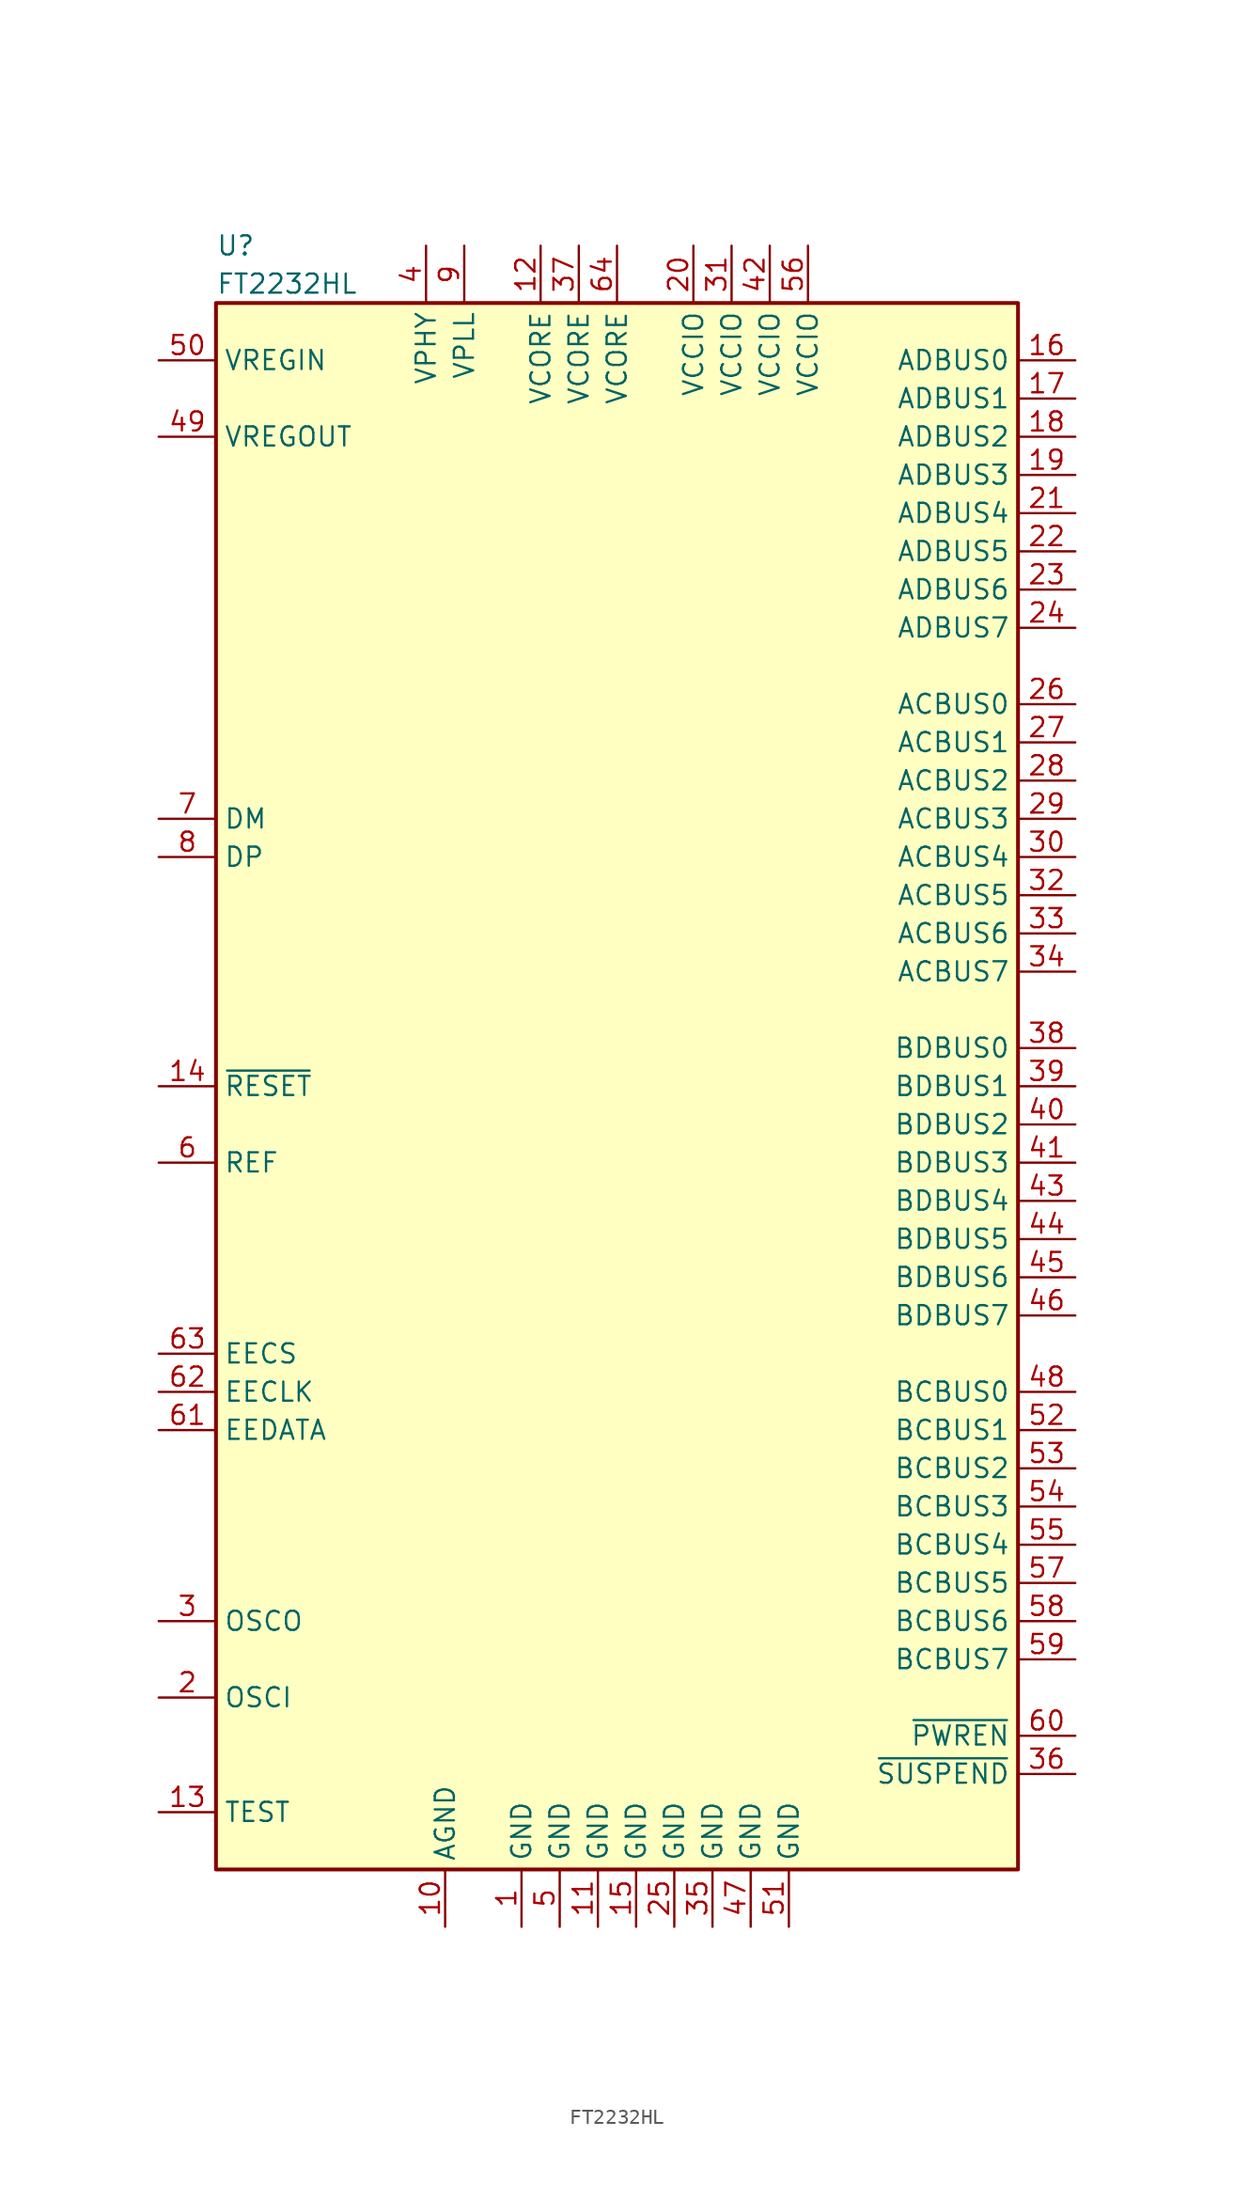
<source format=kicad_sym>
(kicad_symbol_lib
  (version 20231120)
  (generator "kicad_symbol_editor")
  (generator_version "8.0")
  (symbol "FT2232HL"
    (property "Reference" "U"
      (at -26.67 55.88 0)
      (effects (font (size 1.27 1.27)) (justify left)))
    (property "Value" "FT2232HL"
      (at -26.67 53.34 0)
      (effects (font (size 1.27 1.27)) (justify left)))
    (symbol "FT2232HL_0_1"
      (rectangle (start -26.67 -52.07) (end 26.67 52.07) (stroke (width 0.254) (type solid)) (fill (type background))))
    (symbol "FT2232HL_1_1"
      (pin power_in line (at -6.35 -55.88 90) (length 3.81) (name "GND" (effects (font (size 1.27 1.27)))) (number "1" (effects (font (size 1.27 1.27)))))
      (pin power_in line (at -11.43 -55.88 90) (length 3.81) (name "AGND" (effects (font (size 1.27 1.27)))) (number "10" (effects (font (size 1.27 1.27)))))
      (pin power_in line (at -1.27 -55.88 90) (length 3.81) (name "GND" (effects (font (size 1.27 1.27)))) (number "11" (effects (font (size 1.27 1.27)))))
      (pin power_in line (at -5.08 55.88 270) (length 3.81) (name "VCORE" (effects (font (size 1.27 1.27)))) (number "12" (effects (font (size 1.27 1.27)))))
      (pin input line (at -30.48 -48.26 0) (length 3.81) (name "TEST" (effects (font (size 1.27 1.27)))) (number "13" (effects (font (size 1.27 1.27)))))
      (pin input line (at -30.48 0 0) (length 3.81) (name "~{RESET}" (effects (font (size 1.27 1.27)))) (number "14" (effects (font (size 1.27 1.27)))))
      (pin power_in line (at 1.27 -55.88 90) (length 3.81) (name "GND" (effects (font (size 1.27 1.27)))) (number "15" (effects (font (size 1.27 1.27)))))
      (pin bidirectional line (at 30.48 48.26 180) (length 3.81) (name "ADBUS0" (effects (font (size 1.27 1.27)))) (number "16" (effects (font (size 1.27 1.27)))))
      (pin bidirectional line (at 30.48 45.72 180) (length 3.81) (name "ADBUS1" (effects (font (size 1.27 1.27)))) (number "17" (effects (font (size 1.27 1.27)))))
      (pin bidirectional line (at 30.48 43.18 180) (length 3.81) (name "ADBUS2" (effects (font (size 1.27 1.27)))) (number "18" (effects (font (size 1.27 1.27)))))
      (pin bidirectional line (at 30.48 40.64 180) (length 3.81) (name "ADBUS3" (effects (font (size 1.27 1.27)))) (number "19" (effects (font (size 1.27 1.27)))))
      (pin input line (at -30.48 -40.64 0) (length 3.81) (name "OSCI" (effects (font (size 1.27 1.27)))) (number "2" (effects (font (size 1.27 1.27)))))
      (pin power_in line (at 5.08 55.88 270) (length 3.81) (name "VCCIO" (effects (font (size 1.27 1.27)))) (number "20" (effects (font (size 1.27 1.27)))))
      (pin bidirectional line (at 30.48 38.1 180) (length 3.81) (name "ADBUS4" (effects (font (size 1.27 1.27)))) (number "21" (effects (font (size 1.27 1.27)))))
      (pin bidirectional line (at 30.48 35.56 180) (length 3.81) (name "ADBUS5" (effects (font (size 1.27 1.27)))) (number "22" (effects (font (size 1.27 1.27)))))
      (pin bidirectional line (at 30.48 33.02 180) (length 3.81) (name "ADBUS6" (effects (font (size 1.27 1.27)))) (number "23" (effects (font (size 1.27 1.27)))))
      (pin bidirectional line (at 30.48 30.48 180) (length 3.81) (name "ADBUS7" (effects (font (size 1.27 1.27)))) (number "24" (effects (font (size 1.27 1.27)))))
      (pin power_in line (at 3.81 -55.88 90) (length 3.81) (name "GND" (effects (font (size 1.27 1.27)))) (number "25" (effects (font (size 1.27 1.27)))))
      (pin bidirectional line (at 30.48 25.4 180) (length 3.81) (name "ACBUS0" (effects (font (size 1.27 1.27)))) (number "26" (effects (font (size 1.27 1.27)))))
      (pin bidirectional line (at 30.48 22.86 180) (length 3.81) (name "ACBUS1" (effects (font (size 1.27 1.27)))) (number "27" (effects (font (size 1.27 1.27)))))
      (pin bidirectional line (at 30.48 20.32 180) (length 3.81) (name "ACBUS2" (effects (font (size 1.27 1.27)))) (number "28" (effects (font (size 1.27 1.27)))))
      (pin bidirectional line (at 30.48 17.78 180) (length 3.81) (name "ACBUS3" (effects (font (size 1.27 1.27)))) (number "29" (effects (font (size 1.27 1.27)))))
      (pin output line (at -30.48 -35.56 0) (length 3.81) (name "OSCO" (effects (font (size 1.27 1.27)))) (number "3" (effects (font (size 1.27 1.27)))))
      (pin bidirectional line (at 30.48 15.24 180) (length 3.81) (name "ACBUS4" (effects (font (size 1.27 1.27)))) (number "30" (effects (font (size 1.27 1.27)))))
      (pin power_in line (at 7.62 55.88 270) (length 3.81) (name "VCCIO" (effects (font (size 1.27 1.27)))) (number "31" (effects (font (size 1.27 1.27)))))
      (pin bidirectional line (at 30.48 12.7 180) (length 3.81) (name "ACBUS5" (effects (font (size 1.27 1.27)))) (number "32" (effects (font (size 1.27 1.27)))))
      (pin bidirectional line (at 30.48 10.16 180) (length 3.81) (name "ACBUS6" (effects (font (size 1.27 1.27)))) (number "33" (effects (font (size 1.27 1.27)))))
      (pin bidirectional line (at 30.48 7.62 180) (length 3.81) (name "ACBUS7" (effects (font (size 1.27 1.27)))) (number "34" (effects (font (size 1.27 1.27)))))
      (pin power_in line (at 6.35 -55.88 90) (length 3.81) (name "GND" (effects (font (size 1.27 1.27)))) (number "35" (effects (font (size 1.27 1.27)))))
      (pin output line (at 30.48 -45.72 180) (length 3.81) (name "~{SUSPEND}" (effects (font (size 1.27 1.27)))) (number "36" (effects (font (size 1.27 1.27)))))
      (pin power_in line (at -2.54 55.88 270) (length 3.81) (name "VCORE" (effects (font (size 1.27 1.27)))) (number "37" (effects (font (size 1.27 1.27)))))
      (pin bidirectional line (at 30.48 2.54 180) (length 3.81) (name "BDBUS0" (effects (font (size 1.27 1.27)))) (number "38" (effects (font (size 1.27 1.27)))))
      (pin bidirectional line (at 30.48 0 180) (length 3.81) (name "BDBUS1" (effects (font (size 1.27 1.27)))) (number "39" (effects (font (size 1.27 1.27)))))
      (pin power_in line (at -12.7 55.88 270) (length 3.81) (name "VPHY" (effects (font (size 1.27 1.27)))) (number "4" (effects (font (size 1.27 1.27)))))
      (pin bidirectional line (at 30.48 -2.54 180) (length 3.81) (name "BDBUS2" (effects (font (size 1.27 1.27)))) (number "40" (effects (font (size 1.27 1.27)))))
      (pin bidirectional line (at 30.48 -5.08 180) (length 3.81) (name "BDBUS3" (effects (font (size 1.27 1.27)))) (number "41" (effects (font (size 1.27 1.27)))))
      (pin power_in line (at 10.16 55.88 270) (length 3.81) (name "VCCIO" (effects (font (size 1.27 1.27)))) (number "42" (effects (font (size 1.27 1.27)))))
      (pin bidirectional line (at 30.48 -7.62 180) (length 3.81) (name "BDBUS4" (effects (font (size 1.27 1.27)))) (number "43" (effects (font (size 1.27 1.27)))))
      (pin bidirectional line (at 30.48 -10.16 180) (length 3.81) (name "BDBUS5" (effects (font (size 1.27 1.27)))) (number "44" (effects (font (size 1.27 1.27)))))
      (pin bidirectional line (at 30.48 -12.7 180) (length 3.81) (name "BDBUS6" (effects (font (size 1.27 1.27)))) (number "45" (effects (font (size 1.27 1.27)))))
      (pin bidirectional line (at 30.48 -15.24 180) (length 3.81) (name "BDBUS7" (effects (font (size 1.27 1.27)))) (number "46" (effects (font (size 1.27 1.27)))))
      (pin power_in line (at 8.89 -55.88 90) (length 3.81) (name "GND" (effects (font (size 1.27 1.27)))) (number "47" (effects (font (size 1.27 1.27)))))
      (pin bidirectional line (at 30.48 -20.32 180) (length 3.81) (name "BCBUS0" (effects (font (size 1.27 1.27)))) (number "48" (effects (font (size 1.27 1.27)))))
      (pin power_out line (at -30.48 43.18 0) (length 3.81) (name "VREGOUT" (effects (font (size 1.27 1.27)))) (number "49" (effects (font (size 1.27 1.27)))))
      (pin power_in line (at -3.81 -55.88 90) (length 3.81) (name "GND" (effects (font (size 1.27 1.27)))) (number "5" (effects (font (size 1.27 1.27)))))
      (pin power_in line (at -30.48 48.26 0) (length 3.81) (name "VREGIN" (effects (font (size 1.27 1.27)))) (number "50" (effects (font (size 1.27 1.27)))))
      (pin power_in line (at 11.43 -55.88 90) (length 3.81) (name "GND" (effects (font (size 1.27 1.27)))) (number "51" (effects (font (size 1.27 1.27)))))
      (pin bidirectional line (at 30.48 -22.86 180) (length 3.81) (name "BCBUS1" (effects (font (size 1.27 1.27)))) (number "52" (effects (font (size 1.27 1.27)))))
      (pin bidirectional line (at 30.48 -25.4 180) (length 3.81) (name "BCBUS2" (effects (font (size 1.27 1.27)))) (number "53" (effects (font (size 1.27 1.27)))))
      (pin bidirectional line (at 30.48 -27.94 180) (length 3.81) (name "BCBUS3" (effects (font (size 1.27 1.27)))) (number "54" (effects (font (size 1.27 1.27)))))
      (pin bidirectional line (at 30.48 -30.48 180) (length 3.81) (name "BCBUS4" (effects (font (size 1.27 1.27)))) (number "55" (effects (font (size 1.27 1.27)))))
      (pin power_in line (at 12.7 55.88 270) (length 3.81) (name "VCCIO" (effects (font (size 1.27 1.27)))) (number "56" (effects (font (size 1.27 1.27)))))
      (pin bidirectional line (at 30.48 -33.02 180) (length 3.81) (name "BCBUS5" (effects (font (size 1.27 1.27)))) (number "57" (effects (font (size 1.27 1.27)))))
      (pin bidirectional line (at 30.48 -35.56 180) (length 3.81) (name "BCBUS6" (effects (font (size 1.27 1.27)))) (number "58" (effects (font (size 1.27 1.27)))))
      (pin bidirectional line (at 30.48 -38.1 180) (length 3.81) (name "BCBUS7" (effects (font (size 1.27 1.27)))) (number "59" (effects (font (size 1.27 1.27)))))
      (pin output line (at -30.48 -5.08 0) (length 3.81) (name "REF" (effects (font (size 1.27 1.27)))) (number "6" (effects (font (size 1.27 1.27)))))
      (pin output line (at 30.48 -43.18 180) (length 3.81) (name "~{PWREN}" (effects (font (size 1.27 1.27)))) (number "60" (effects (font (size 1.27 1.27)))))
      (pin bidirectional line (at -30.48 -22.86 0) (length 3.81) (name "EEDATA" (effects (font (size 1.27 1.27)))) (number "61" (effects (font (size 1.27 1.27)))))
      (pin output line (at -30.48 -20.32 0) (length 3.81) (name "EECLK" (effects (font (size 1.27 1.27)))) (number "62" (effects (font (size 1.27 1.27)))))
      (pin output line (at -30.48 -17.78 0) (length 3.81) (name "EECS" (effects (font (size 1.27 1.27)))) (number "63" (effects (font (size 1.27 1.27)))))
      (pin power_in line (at 0 55.88 270) (length 3.81) (name "VCORE" (effects (font (size 1.27 1.27)))) (number "64" (effects (font (size 1.27 1.27)))))
      (pin bidirectional line (at -30.48 17.78 0) (length 3.81) (name "DM" (effects (font (size 1.27 1.27)))) (number "7" (effects (font (size 1.27 1.27)))))
      (pin bidirectional line (at -30.48 15.24 0) (length 3.81) (name "DP" (effects (font (size 1.27 1.27)))) (number "8" (effects (font (size 1.27 1.27)))))
      (pin power_in line (at -10.16 55.88 270) (length 3.81) (name "VPLL" (effects (font (size 1.27 1.27)))) (number "9" (effects (font (size 1.27 1.27))))))))
</source>
